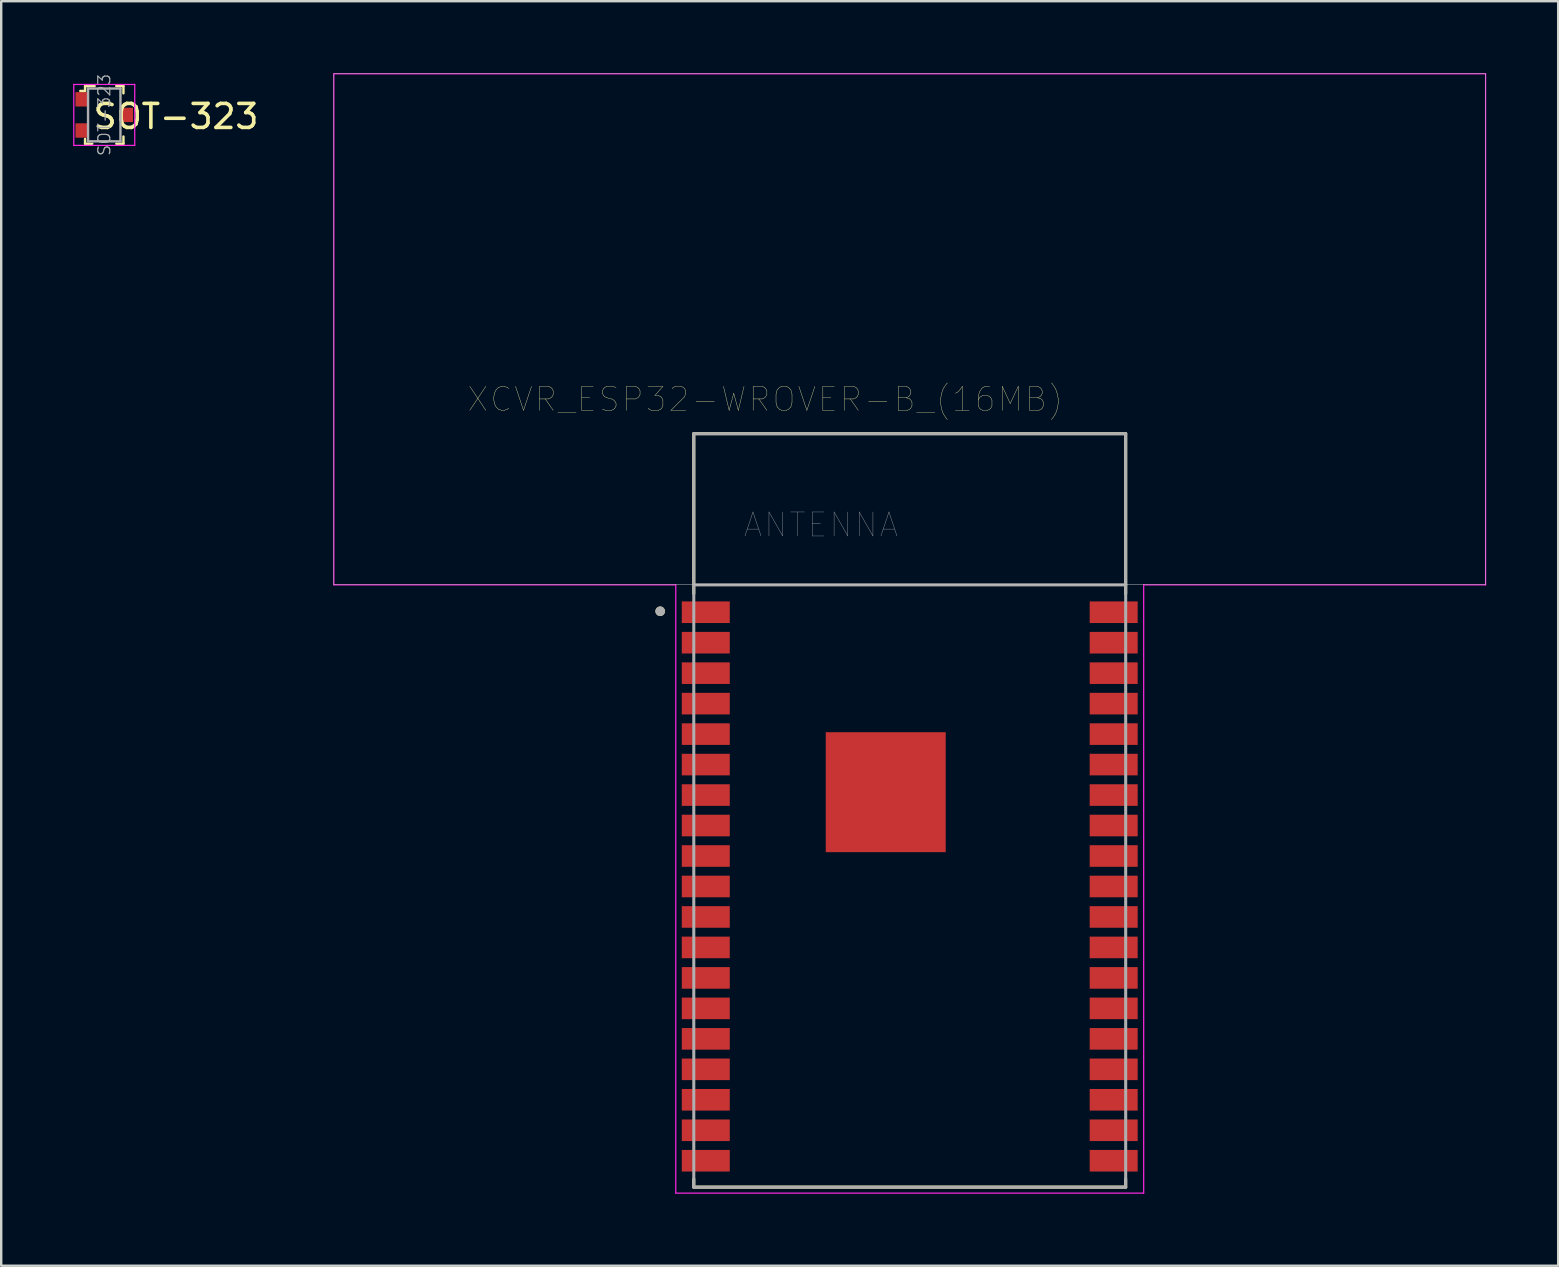
<source format=kicad_pcb>
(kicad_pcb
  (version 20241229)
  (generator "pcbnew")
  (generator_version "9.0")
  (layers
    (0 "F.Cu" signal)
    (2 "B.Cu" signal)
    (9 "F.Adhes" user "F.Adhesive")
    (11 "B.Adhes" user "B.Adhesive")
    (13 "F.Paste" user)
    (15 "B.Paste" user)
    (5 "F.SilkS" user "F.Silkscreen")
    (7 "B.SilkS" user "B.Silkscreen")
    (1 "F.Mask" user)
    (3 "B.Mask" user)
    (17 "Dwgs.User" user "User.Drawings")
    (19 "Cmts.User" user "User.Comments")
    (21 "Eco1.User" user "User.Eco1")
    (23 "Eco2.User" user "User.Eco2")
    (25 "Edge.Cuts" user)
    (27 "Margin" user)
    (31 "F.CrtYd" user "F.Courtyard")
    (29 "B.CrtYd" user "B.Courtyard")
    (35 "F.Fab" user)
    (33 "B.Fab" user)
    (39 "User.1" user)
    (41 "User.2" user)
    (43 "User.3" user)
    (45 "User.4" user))
  (footprint "SOT-323"
    (layer "F.Cu")
    (at 1.295 1.739)
    (property "Reference" "SOT-323" (at 2.99 0.066 0) (layer "F.SilkS") (effects (font (size 1 1) (thickness 0.15))))
    (attr smd)
    (fp_line (start -0.8 -1.2) (end -0.8 -1) (stroke (width 0.1) (type solid)) (layer "F.SilkS"))
    (fp_line (start -0.8 -1) (end -1 -1) (stroke (width 0.1) (type solid)) (layer "F.SilkS"))
    (fp_line (start -0.8 1) (end -0.8 1.2) (stroke (width 0.1) (type solid)) (layer "F.SilkS"))
    (fp_line (start -0.8 1.2) (end -0.5 1.2) (stroke (width 0.1) (type solid)) (layer "F.SilkS"))
    (fp_line (start -0.4 -1.2) (end -0.8 -1.2) (stroke (width 0.1) (type solid)) (layer "F.SilkS"))
    (fp_line (start 0.5 -1.2) (end 0.8 -1.2) (stroke (width 0.1) (type solid)) (layer "F.SilkS"))
    (fp_line (start 0.5 1.2) (end 0.8 1.2) (stroke (width 0.1) (type solid)) (layer "F.SilkS"))
    (fp_line (start 0.8 -1.2) (end 0.8 -0.9) (stroke (width 0.1) (type solid)) (layer "F.SilkS"))
    (fp_line (start 0.8 1.2) (end 0.8 0.9) (stroke (width 0.1) (type solid)) (layer "F.SilkS"))
    (fp_line (start -1.27 -1.27) (end -1.27 1.27) (stroke (width 0.05) (type solid)) (layer "F.CrtYd"))
    (fp_line (start -1.27 -1.27) (end 1.27 -1.27) (stroke (width 0.05) (type solid)) (layer "F.CrtYd"))
    (fp_line (start -1.27 1.27) (end 1.27 1.27) (stroke (width 0.05) (type solid)) (layer "F.CrtYd"))
    (fp_line (start 1.27 -1.27) (end 1.27 1.27) (stroke (width 0.05) (type solid)) (layer "F.CrtYd"))
    (fp_line (start -0.675 -1.1) (end -0.675 1.1) (stroke (width 0.1) (type solid)) (layer "F.Fab"))
    (fp_line (start -0.675 -1.1) (end 0.675 -1.1) (stroke (width 0.1) (type solid)) (layer "F.Fab"))
    (fp_line (start -0.675 1.1) (end 0.675 1.1) (stroke (width 0.1) (type solid)) (layer "F.Fab"))
    (fp_line (start 0.675 -1.1) (end 0.675 1.1) (stroke (width 0.1) (type solid)) (layer "F.Fab"))
    (fp_text user "${REFERENCE}" (at 0 0 90) (layer "F.Fab") (effects (font (size 0.5 0.5) (thickness 0.05))))
    (pad "1" smd rect (at -0.925 -0.65) (size 0.55 0.6) (layers "F.Cu" "F.Mask" "F.Paste"))
    (pad "2" smd rect (at -0.925 0.65) (size 0.55 0.6) (layers "F.Cu" "F.Mask" "F.Paste"))
    (pad "3" smd rect (at 0.925 0) (size 0.55 0.6) (layers "F.Cu" "F.Mask" "F.Paste")))
  (footprint "XCVR_ESP32-WROVER-B_(16MB)"
    (layer "F.Cu")
    (at 34.864 30.725)
    (property "Reference" "XCVR_ESP32-WROVER-B_(16MB)" (at -6.025 -17.135 0) (layer "F.SilkS") (effects (font (size 1 1) (thickness 0.015))))
    (attr through_hole)
    (fp_line (start -9 -15.7) (end 9 -15.7) (stroke (width 0.127) (type solid)) (layer "F.SilkS"))
    (fp_line (start -9 -9.03) (end -9 -15.7) (stroke (width 0.127) (type solid)) (layer "F.SilkS"))
    (fp_line (start -9 15.36) (end -9 15.7) (stroke (width 0.127) (type solid)) (layer "F.SilkS"))
    (fp_line (start -9 15.7) (end 9 15.7) (stroke (width 0.127) (type solid)) (layer "F.SilkS"))
    (fp_line (start 9 -15.7) (end 9 -9.03) (stroke (width 0.127) (type solid)) (layer "F.SilkS"))
    (fp_line (start 9 15.7) (end 9 15.36) (stroke (width 0.127) (type solid)) (layer "F.SilkS"))
    (fp_circle (center -10.4 -8.3) (end -10.3 -8.3) (stroke (width 0.2) (type solid)) (fill no) (layer "F.SilkS"))
    (fp_poly (pts (xy -2.58 -2.34) (xy 0.58 -2.34) (xy 0.58 0.82) (xy -2.58 0.82)) (stroke (width 0.01) (type solid)) (fill yes) (layer "F.Paste"))
    (fp_poly (pts (xy -24 -30.7) (xy 24 -30.7) (xy 24 -9.4) (xy -24 -9.4)) (stroke (width 0.01) (type solid)) (fill no) (layer "Dwgs.User"))
    (fp_poly (pts (xy -24 -30.7) (xy 24 -30.7) (xy 24 -9.4) (xy -24 -9.4)) (stroke (width 0.01) (type solid)) (fill no) (layer "Dwgs.User"))
    (fp_line (start -24 -30.7) (end 24 -30.7) (stroke (width 0.05) (type solid)) (layer "F.CrtYd"))
    (fp_line (start -24 -9.4) (end -24 -30.7) (stroke (width 0.05) (type solid)) (layer "F.CrtYd"))
    (fp_line (start -9.75 -9.4) (end -24 -9.4) (stroke (width 0.05) (type solid)) (layer "F.CrtYd"))
    (fp_line (start -9.75 -9.4) (end -9.75 15.95) (stroke (width 0.05) (type solid)) (layer "F.CrtYd"))
    (fp_line (start -9.75 15.95) (end 9.75 15.95) (stroke (width 0.05) (type solid)) (layer "F.CrtYd"))
    (fp_line (start 9.75 15.95) (end 9.75 -9.4) (stroke (width 0.05) (type solid)) (layer "F.CrtYd"))
    (fp_line (start 24 -30.7) (end 24 -9.4) (stroke (width 0.05) (type solid)) (layer "F.CrtYd"))
    (fp_line (start 24 -9.4) (end 9.75 -9.4) (stroke (width 0.05) (type solid)) (layer "F.CrtYd"))
    (fp_line (start -9 -15.7) (end 9 -15.7) (stroke (width 0.127) (type solid)) (layer "F.Fab"))
    (fp_line (start -9 -9.4) (end -9 -15.7) (stroke (width 0.127) (type solid)) (layer "F.Fab"))
    (fp_line (start -9 -9.4) (end 9 -9.4) (stroke (width 0.127) (type solid)) (layer "F.Fab"))
    (fp_line (start -9 15.7) (end -9 -9.4) (stroke (width 0.127) (type solid)) (layer "F.Fab"))
    (fp_line (start 9 -15.7) (end 9 -9.4) (stroke (width 0.127) (type solid)) (layer "F.Fab"))
    (fp_line (start 9 -9.4) (end 9 15.7) (stroke (width 0.127) (type solid)) (layer "F.Fab"))
    (fp_line (start 9 15.7) (end -9 15.7) (stroke (width 0.127) (type solid)) (layer "F.Fab"))
    (fp_circle (center -10.4 -8.3) (end -10.3 -8.3) (stroke (width 0.2) (type solid)) (fill no) (layer "F.Fab"))
    (fp_text user "ANTENNA" (at -3.7 -11.9 0) (layer "F.Fab") (effects (font (size 1 1) (thickness 0.015))))
    (pad "1" smd rect (at -8.5 -8.26) (size 2 0.9) (layers "F.Cu" "F.Mask" "F.Paste"))
    (pad "2" smd rect (at -8.5 -6.99) (size 2 0.9) (layers "F.Cu" "F.Mask" "F.Paste"))
    (pad "3" smd rect (at -8.5 -5.72) (size 2 0.9) (layers "F.Cu" "F.Mask" "F.Paste"))
    (pad "4" smd rect (at -8.5 -4.45) (size 2 0.9) (layers "F.Cu" "F.Mask" "F.Paste"))
    (pad "5" smd rect (at -8.5 -3.18) (size 2 0.9) (layers "F.Cu" "F.Mask" "F.Paste"))
    (pad "6" smd rect (at -8.5 -1.91) (size 2 0.9) (layers "F.Cu" "F.Mask" "F.Paste"))
    (pad "7" smd rect (at -8.5 -0.64) (size 2 0.9) (layers "F.Cu" "F.Mask" "F.Paste"))
    (pad "8" smd rect (at -8.5 0.63) (size 2 0.9) (layers "F.Cu" "F.Mask" "F.Paste"))
    (pad "9" smd rect (at -8.5 1.9) (size 2 0.9) (layers "F.Cu" "F.Mask" "F.Paste"))
    (pad "10" smd rect (at -8.5 3.17) (size 2 0.9) (layers "F.Cu" "F.Mask" "F.Paste"))
    (pad "11" smd rect (at -8.5 4.44) (size 2 0.9) (layers "F.Cu" "F.Mask" "F.Paste"))
    (pad "12" smd rect (at -8.5 5.71) (size 2 0.9) (layers "F.Cu" "F.Mask" "F.Paste"))
    (pad "13" smd rect (at -8.5 6.98) (size 2 0.9) (layers "F.Cu" "F.Mask" "F.Paste"))
    (pad "14" smd rect (at -8.5 8.25) (size 2 0.9) (layers "F.Cu" "F.Mask" "F.Paste"))
    (pad "15" smd rect (at -8.5 9.52) (size 2 0.9) (layers "F.Cu" "F.Mask" "F.Paste"))
    (pad "16" smd rect (at -8.5 10.79) (size 2 0.9) (layers "F.Cu" "F.Mask" "F.Paste"))
    (pad "17" smd rect (at -8.5 12.06) (size 2 0.9) (layers "F.Cu" "F.Mask" "F.Paste"))
    (pad "18" smd rect (at -8.5 13.33) (size 2 0.9) (layers "F.Cu" "F.Mask" "F.Paste"))
    (pad "19" smd rect (at -8.5 14.6) (size 2 0.9) (layers "F.Cu" "F.Mask" "F.Paste"))
    (pad "20" smd rect (at 8.5 14.6) (size 2 0.9) (layers "F.Cu" "F.Mask" "F.Paste"))
    (pad "21" smd rect (at 8.5 13.33) (size 2 0.9) (layers "F.Cu" "F.Mask" "F.Paste"))
    (pad "22" smd rect (at 8.5 12.06) (size 2 0.9) (layers "F.Cu" "F.Mask" "F.Paste"))
    (pad "23" smd rect (at 8.5 10.79) (size 2 0.9) (layers "F.Cu" "F.Mask" "F.Paste"))
    (pad "24" smd rect (at 8.5 9.52) (size 2 0.9) (layers "F.Cu" "F.Mask" "F.Paste"))
    (pad "25" smd rect (at 8.5 8.25) (size 2 0.9) (layers "F.Cu" "F.Mask" "F.Paste"))
    (pad "26" smd rect (at 8.5 6.98) (size 2 0.9) (layers "F.Cu" "F.Mask" "F.Paste"))
    (pad "27" smd rect (at 8.5 5.71) (size 2 0.9) (layers "F.Cu" "F.Mask" "F.Paste"))
    (pad "28" smd rect (at 8.5 4.44) (size 2 0.9) (layers "F.Cu" "F.Mask" "F.Paste"))
    (pad "29" smd rect (at 8.5 3.17) (size 2 0.9) (layers "F.Cu" "F.Mask" "F.Paste"))
    (pad "30" smd rect (at 8.5 1.9) (size 2 0.9) (layers "F.Cu" "F.Mask" "F.Paste"))
    (pad "31" smd rect (at 8.5 0.63) (size 2 0.9) (layers "F.Cu" "F.Mask" "F.Paste"))
    (pad "32" smd rect (at 8.5 -0.64) (size 2 0.9) (layers "F.Cu" "F.Mask" "F.Paste"))
    (pad "33" smd rect (at 8.5 -1.91) (size 2 0.9) (layers "F.Cu" "F.Mask" "F.Paste"))
    (pad "34" smd rect (at 8.5 -3.18) (size 2 0.9) (layers "F.Cu" "F.Mask" "F.Paste"))
    (pad "35" smd rect (at 8.5 -4.45) (size 2 0.9) (layers "F.Cu" "F.Mask" "F.Paste"))
    (pad "36" smd rect (at 8.5 -5.72) (size 2 0.9) (layers "F.Cu" "F.Mask" "F.Paste"))
    (pad "37" smd rect (at 8.5 -6.99) (size 2 0.9) (layers "F.Cu" "F.Mask" "F.Paste"))
    (pad "38" smd rect (at 8.5 -8.26) (size 2 0.9) (layers "F.Cu" "F.Mask" "F.Paste"))
    (pad "39" smd rect (at -1 -0.76) (size 5 5) (layers "F.Cu" "F.Mask")))
  (gr_rect
    (start -3 -3)
    (end 61.889 49.7)
    (stroke (width 0.1) (type default))
    (fill no)
    (layer "Edge.Cuts")))
</source>
